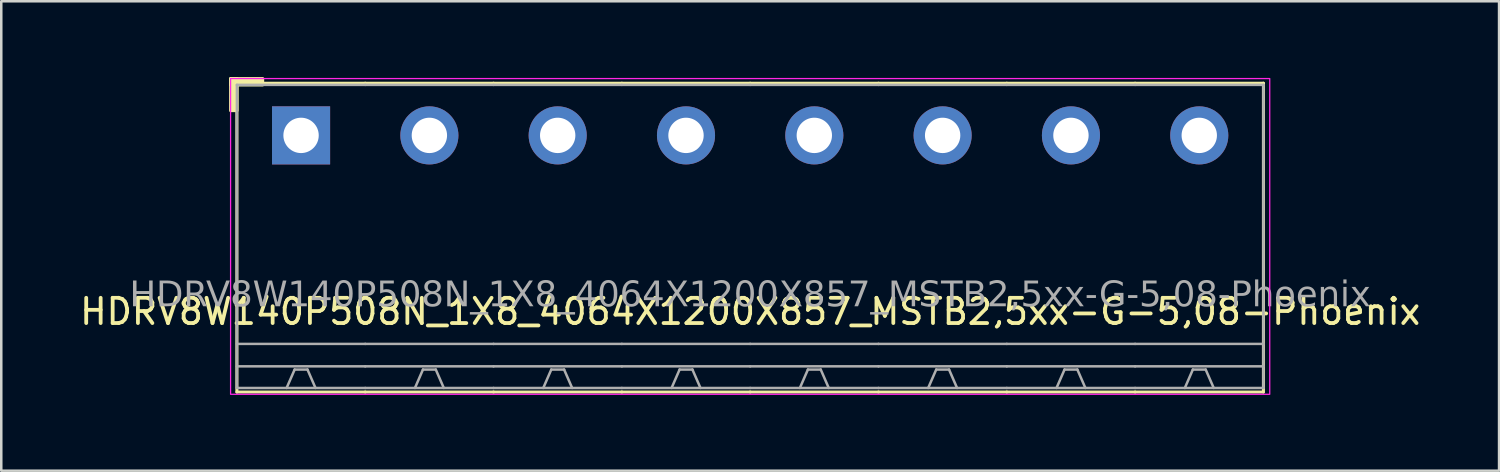
<source format=kicad_pcb>
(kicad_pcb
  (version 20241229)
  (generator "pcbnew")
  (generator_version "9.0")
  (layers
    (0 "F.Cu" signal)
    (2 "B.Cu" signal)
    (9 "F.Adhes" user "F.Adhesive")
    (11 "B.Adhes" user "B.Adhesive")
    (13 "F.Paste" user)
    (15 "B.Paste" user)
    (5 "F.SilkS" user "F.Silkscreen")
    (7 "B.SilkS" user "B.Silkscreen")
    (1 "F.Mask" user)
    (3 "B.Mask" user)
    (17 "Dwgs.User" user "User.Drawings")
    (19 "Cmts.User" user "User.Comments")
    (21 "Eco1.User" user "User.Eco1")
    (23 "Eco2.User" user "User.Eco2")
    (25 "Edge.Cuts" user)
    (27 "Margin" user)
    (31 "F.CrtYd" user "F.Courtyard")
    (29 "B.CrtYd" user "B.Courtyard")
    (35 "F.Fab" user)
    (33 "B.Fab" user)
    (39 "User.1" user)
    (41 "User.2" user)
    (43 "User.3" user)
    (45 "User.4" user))
  (footprint "HDRV8W140P508N_1X8_4064X1200X857_MSTB2,5xx-G-5,08-Phoenix"
    (layer "F.Cu")
    (at 26.649 2.31)
    (property "Reference" "HDRV8W140P508N_1X8_4064X1200X857_MSTB2,5xx-G-5,08-Phoenix" (at 0 6.975 0) (layer "F.SilkS") (effects (font (size 1 1) (thickness 0.15))))
    (attr through_hole)
    (fp_line (start -20.32 -2.065) (end -20.32 10.16) (stroke (width 0.12) (type solid)) (layer "F.SilkS"))
    (fp_line (start -20.32 10.16) (end -15.24 10.16) (stroke (width 0.12) (type solid)) (layer "F.SilkS"))
    (fp_line (start -15.24 -2.065) (end -20.32 -2.065) (stroke (width 0.12) (type solid)) (layer "F.SilkS"))
    (fp_line (start -15.24 -2.065) (end -10.16 -2.065) (stroke (width 0.12) (type solid)) (layer "F.SilkS"))
    (fp_line (start -10.16 -2.065) (end -5.08 -2.065) (stroke (width 0.12) (type solid)) (layer "F.SilkS"))
    (fp_line (start -10.16 10.16) (end -15.24 10.16) (stroke (width 0.12) (type solid)) (layer "F.SilkS"))
    (fp_line (start -5.08 -2.065) (end 0 -2.065) (stroke (width 0.12) (type solid)) (layer "F.SilkS"))
    (fp_line (start -5.08 10.16) (end -10.16 10.16) (stroke (width 0.12) (type solid)) (layer "F.SilkS"))
    (fp_line (start 0 -2.065) (end 5.08 -2.065) (stroke (width 0.12) (type solid)) (layer "F.SilkS"))
    (fp_line (start 0 10.16) (end -5.08 10.16) (stroke (width 0.12) (type solid)) (layer "F.SilkS"))
    (fp_line (start 5.08 -2.065) (end 10.16 -2.065) (stroke (width 0.12) (type solid)) (layer "F.SilkS"))
    (fp_line (start 5.08 10.16) (end 0 10.16) (stroke (width 0.12) (type solid)) (layer "F.SilkS"))
    (fp_line (start 10.16 -2.065) (end 15.24 -2.065) (stroke (width 0.12) (type solid)) (layer "F.SilkS"))
    (fp_line (start 10.16 10.16) (end 5.08 10.16) (stroke (width 0.12) (type solid)) (layer "F.SilkS"))
    (fp_line (start 15.24 -2.065) (end 20.32 -2.065) (stroke (width 0.12) (type solid)) (layer "F.SilkS"))
    (fp_line (start 15.24 10.16) (end 10.16 10.16) (stroke (width 0.12) (type solid)) (layer "F.SilkS"))
    (fp_line (start 20.32 -2.065) (end 20.32 10.16) (stroke (width 0.12) (type solid)) (layer "F.SilkS"))
    (fp_line (start 20.32 10.16) (end 15.24 10.16) (stroke (width 0.12) (type solid)) (layer "F.SilkS"))
    (fp_rect (start -20.57 -2.25) (end -20.316 -0.98) (stroke (width 0.12) (type solid)) (fill yes) (layer "F.SilkS"))
    (fp_rect (start -20.57 -2.25) (end -19.3 -1.996) (stroke (width 0.12) (type solid)) (fill yes) (layer "F.SilkS"))
    (fp_rect (start -20.57 -2.25) (end 20.57 10.25) (stroke (width 0.05) (type default)) (fill no) (layer "F.CrtYd"))
    (fp_line (start -20.32 -2) (end -20.32 10) (stroke (width 0.1) (type solid)) (layer "F.Fab"))
    (fp_line (start -18.034 9.271) (end -18.352 10) (stroke (width 0.1) (type default)) (layer "F.Fab"))
    (fp_line (start -17.526 9.271) (end -18.034 9.271) (stroke (width 0.1) (type default)) (layer "F.Fab"))
    (fp_line (start -17.526 9.271) (end -17.209 10) (stroke (width 0.1) (type default)) (layer "F.Fab"))
    (fp_line (start -15.24 -2) (end -20.32 -2) (stroke (width 0.1) (type solid)) (layer "F.Fab"))
    (fp_line (start -15.24 -2) (end -10.16 -2) (stroke (width 0.1) (type solid)) (layer "F.Fab"))
    (fp_line (start -15.24 8.255) (end -20.32 8.255) (stroke (width 0.1) (type solid)) (layer "F.Fab"))
    (fp_line (start -15.24 8.255) (end -10.16 8.255) (stroke (width 0.1) (type solid)) (layer "F.Fab"))
    (fp_line (start -15.24 9.144) (end -20.32 9.144) (stroke (width 0.1) (type solid)) (layer "F.Fab"))
    (fp_line (start -15.24 9.144) (end -10.16 9.144) (stroke (width 0.1) (type solid)) (layer "F.Fab"))
    (fp_line (start -15.24 10) (end -20.32 10) (stroke (width 0.1) (type solid)) (layer "F.Fab"))
    (fp_line (start -15.24 10) (end -10.16 10) (stroke (width 0.1) (type solid)) (layer "F.Fab"))
    (fp_line (start -12.954 9.271) (end -13.271 10) (stroke (width 0.1) (type default)) (layer "F.Fab"))
    (fp_line (start -12.446 9.271) (end -12.954 9.271) (stroke (width 0.1) (type default)) (layer "F.Fab"))
    (fp_line (start -12.446 9.271) (end -12.129 10) (stroke (width 0.1) (type default)) (layer "F.Fab"))
    (fp_line (start -10.16 -2) (end -5.08 -2) (stroke (width 0.1) (type solid)) (layer "F.Fab"))
    (fp_line (start -10.16 8.255) (end -5.08 8.255) (stroke (width 0.1) (type solid)) (layer "F.Fab"))
    (fp_line (start -10.16 9.144) (end -5.08 9.144) (stroke (width 0.1) (type solid)) (layer "F.Fab"))
    (fp_line (start -10.16 10) (end -5.08 10) (stroke (width 0.1) (type solid)) (layer "F.Fab"))
    (fp_line (start -7.874 9.271) (end -8.191 10) (stroke (width 0.1) (type default)) (layer "F.Fab"))
    (fp_line (start -7.366 9.271) (end -7.874 9.271) (stroke (width 0.1) (type default)) (layer "F.Fab"))
    (fp_line (start -7.366 9.271) (end -7.048 10) (stroke (width 0.1) (type default)) (layer "F.Fab"))
    (fp_line (start -5.08 -2) (end 0 -2) (stroke (width 0.1) (type solid)) (layer "F.Fab"))
    (fp_line (start -5.08 8.255) (end 0 8.255) (stroke (width 0.1) (type solid)) (layer "F.Fab"))
    (fp_line (start -5.08 9.144) (end 0 9.144) (stroke (width 0.1) (type solid)) (layer "F.Fab"))
    (fp_line (start -5.08 10) (end 0 10) (stroke (width 0.1) (type solid)) (layer "F.Fab"))
    (fp_line (start -2.794 9.271) (end -3.111 10) (stroke (width 0.1) (type default)) (layer "F.Fab"))
    (fp_line (start -2.286 9.271) (end -2.794 9.271) (stroke (width 0.1) (type default)) (layer "F.Fab"))
    (fp_line (start -2.286 9.271) (end -1.968 10) (stroke (width 0.1) (type default)) (layer "F.Fab"))
    (fp_line (start 0 -2) (end 5.08 -2) (stroke (width 0.1) (type solid)) (layer "F.Fab"))
    (fp_line (start 0 8.255) (end 5.08 8.255) (stroke (width 0.1) (type solid)) (layer "F.Fab"))
    (fp_line (start 0 9.144) (end 5.08 9.144) (stroke (width 0.1) (type solid)) (layer "F.Fab"))
    (fp_line (start 0 10) (end 5.08 10) (stroke (width 0.1) (type solid)) (layer "F.Fab"))
    (fp_line (start 2.286 9.271) (end 1.968 10) (stroke (width 0.1) (type default)) (layer "F.Fab"))
    (fp_line (start 2.794 9.271) (end 2.286 9.271) (stroke (width 0.1) (type default)) (layer "F.Fab"))
    (fp_line (start 2.794 9.271) (end 3.111 10) (stroke (width 0.1) (type default)) (layer "F.Fab"))
    (fp_line (start 5.08 -2) (end 10.16 -2) (stroke (width 0.1) (type solid)) (layer "F.Fab"))
    (fp_line (start 5.08 8.255) (end 10.16 8.255) (stroke (width 0.1) (type solid)) (layer "F.Fab"))
    (fp_line (start 5.08 9.144) (end 10.16 9.144) (stroke (width 0.1) (type solid)) (layer "F.Fab"))
    (fp_line (start 5.08 10) (end 10.16 10) (stroke (width 0.1) (type solid)) (layer "F.Fab"))
    (fp_line (start 7.366 9.271) (end 7.048 10) (stroke (width 0.1) (type default)) (layer "F.Fab"))
    (fp_line (start 7.874 9.271) (end 7.366 9.271) (stroke (width 0.1) (type default)) (layer "F.Fab"))
    (fp_line (start 7.874 9.271) (end 8.191 10) (stroke (width 0.1) (type default)) (layer "F.Fab"))
    (fp_line (start 10.16 -2) (end 15.24 -2) (stroke (width 0.1) (type solid)) (layer "F.Fab"))
    (fp_line (start 10.16 8.255) (end 15.24 8.255) (stroke (width 0.1) (type solid)) (layer "F.Fab"))
    (fp_line (start 10.16 9.144) (end 15.24 9.144) (stroke (width 0.1) (type solid)) (layer "F.Fab"))
    (fp_line (start 10.16 10) (end 15.24 10) (stroke (width 0.1) (type solid)) (layer "F.Fab"))
    (fp_line (start 12.446 9.271) (end 12.129 10) (stroke (width 0.1) (type default)) (layer "F.Fab"))
    (fp_line (start 12.954 9.271) (end 12.446 9.271) (stroke (width 0.1) (type default)) (layer "F.Fab"))
    (fp_line (start 12.954 9.271) (end 13.271 10) (stroke (width 0.1) (type default)) (layer "F.Fab"))
    (fp_line (start 15.24 -2) (end 20.32 -2) (stroke (width 0.1) (type solid)) (layer "F.Fab"))
    (fp_line (start 15.24 8.255) (end 20.32 8.255) (stroke (width 0.1) (type solid)) (layer "F.Fab"))
    (fp_line (start 15.24 9.144) (end 20.32 9.144) (stroke (width 0.1) (type solid)) (layer "F.Fab"))
    (fp_line (start 15.24 10) (end 20.32 10) (stroke (width 0.1) (type solid)) (layer "F.Fab"))
    (fp_line (start 17.526 9.271) (end 17.209 10) (stroke (width 0.1) (type default)) (layer "F.Fab"))
    (fp_line (start 18.034 9.271) (end 17.526 9.271) (stroke (width 0.1) (type default)) (layer "F.Fab"))
    (fp_line (start 18.034 9.271) (end 18.352 10) (stroke (width 0.1) (type default)) (layer "F.Fab"))
    (fp_line (start 20.32 -2) (end 20.32 10) (stroke (width 0.1) (type solid)) (layer "F.Fab"))
    (fp_rect (start -18.034 -0.254) (end -17.526 0.254) (stroke (width 0.1) (type solid)) (fill no) (layer "F.Fab"))
    (fp_rect (start -12.446 -0.254) (end -12.954 0.254) (stroke (width 0.1) (type solid)) (fill no) (layer "F.Fab"))
    (fp_rect (start -7.366 -0.254) (end -7.874 0.254) (stroke (width 0.1) (type solid)) (fill no) (layer "F.Fab"))
    (fp_rect (start -2.286 -0.254) (end -2.794 0.254) (stroke (width 0.1) (type solid)) (fill no) (layer "F.Fab"))
    (fp_rect (start 2.794 -0.254) (end 2.286 0.254) (stroke (width 0.1) (type solid)) (fill no) (layer "F.Fab"))
    (fp_rect (start 7.874 -0.254) (end 7.366 0.254) (stroke (width 0.1) (type solid)) (fill no) (layer "F.Fab"))
    (fp_rect (start 12.954 -0.254) (end 12.446 0.254) (stroke (width 0.1) (type solid)) (fill no) (layer "F.Fab"))
    (fp_rect (start 18.034 -0.254) (end 17.526 0.254) (stroke (width 0.1) (type solid)) (fill no) (layer "F.Fab"))
    (fp_text user "${REFERENCE}" (at 0 6.35 0) (layer "F.Fab") (effects (font (face "Tahoma") (size 1 1) (thickness 0.15))))
    (pad "1" thru_hole rect (at -17.78 0) (size 2.3 2.3) (drill 1.4) (layers "*.Cu" "*.Mask"))
    (pad "2" thru_hole circle (at -12.7 0) (size 2.3 2.3) (drill 1.4) (layers "*.Cu" "*.Mask"))
    (pad "3" thru_hole circle (at -7.62 0) (size 2.3 2.3) (drill 1.4) (layers "*.Cu" "*.Mask"))
    (pad "4" thru_hole circle (at -2.54 0) (size 2.3 2.3) (drill 1.4) (layers "*.Cu" "*.Mask"))
    (pad "5" thru_hole circle (at 2.54 0) (size 2.3 2.3) (drill 1.4) (layers "*.Cu" "*.Mask"))
    (pad "6" thru_hole circle (at 7.62 0) (size 2.3 2.3) (drill 1.4) (layers "*.Cu" "*.Mask"))
    (pad "7" thru_hole circle (at 12.7 0) (size 2.3 2.3) (drill 1.4) (layers "*.Cu" "*.Mask"))
    (pad "8" thru_hole circle (at 17.78 0) (size 2.3 2.3) (drill 1.4) (layers "*.Cu" "*.Mask")))
  (gr_rect
    (start -3 -3)
    (end 56.298 15.585)
    (stroke (width 0.1) (type default))
    (fill no)
    (layer "Edge.Cuts")))
</source>
